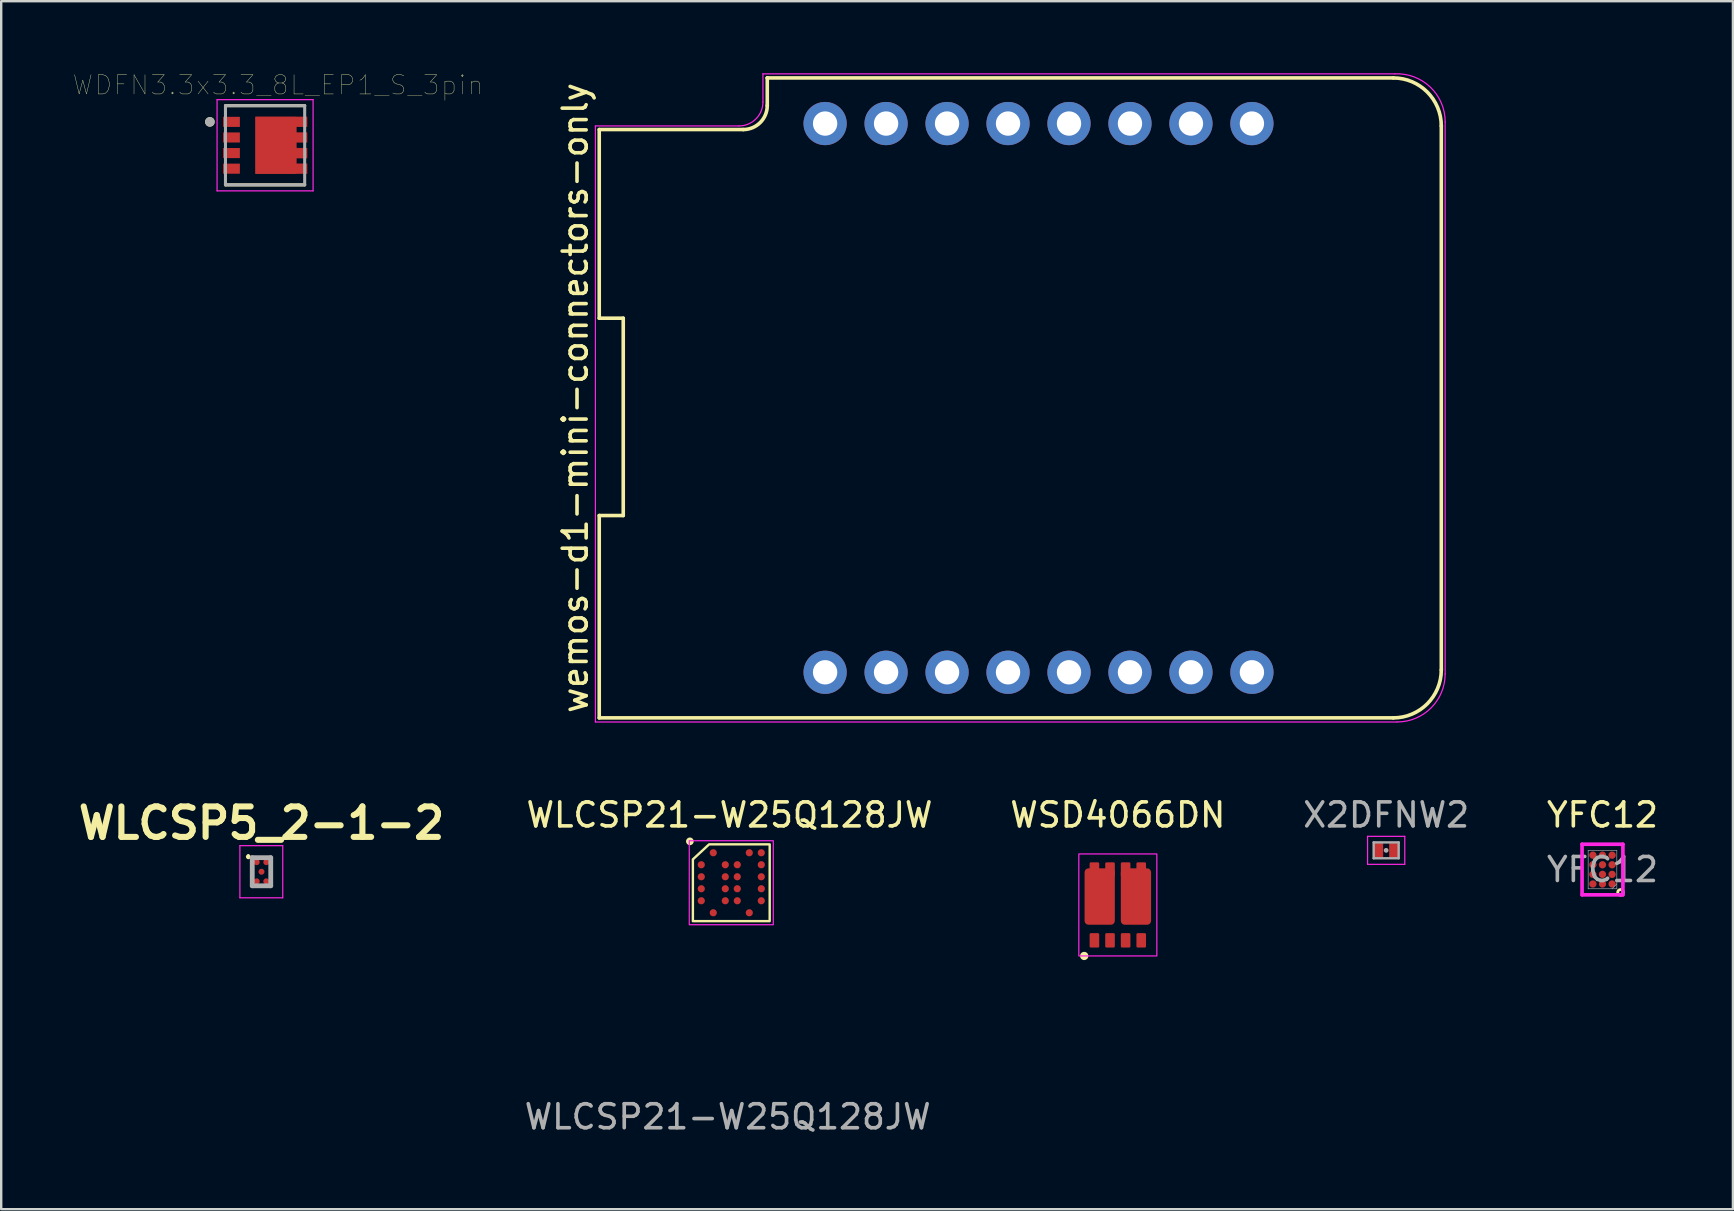
<source format=kicad_pcb>
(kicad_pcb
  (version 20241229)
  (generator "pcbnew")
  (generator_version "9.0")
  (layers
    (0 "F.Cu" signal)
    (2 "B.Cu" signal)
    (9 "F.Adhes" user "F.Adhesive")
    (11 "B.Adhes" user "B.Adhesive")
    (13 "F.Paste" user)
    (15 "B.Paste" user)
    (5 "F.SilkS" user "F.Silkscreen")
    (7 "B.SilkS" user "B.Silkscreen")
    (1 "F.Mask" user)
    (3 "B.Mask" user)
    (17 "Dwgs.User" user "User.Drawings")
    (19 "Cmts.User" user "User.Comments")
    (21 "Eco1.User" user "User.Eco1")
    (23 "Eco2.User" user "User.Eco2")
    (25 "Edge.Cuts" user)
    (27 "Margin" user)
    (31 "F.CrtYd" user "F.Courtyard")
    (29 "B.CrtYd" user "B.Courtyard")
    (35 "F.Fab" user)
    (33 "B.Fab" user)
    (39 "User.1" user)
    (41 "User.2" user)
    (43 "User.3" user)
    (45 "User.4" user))
  (footprint "X2DFNW2"
    (layer "F.Cu")
    (at 54.697 32.375)
    (property "Reference" "X2DFNW2" (at 0 -1.475 0) (layer "F.Fab") (effects (font (size 1 1) (thickness 0.15))))
    (attr through_hole)
    (fp_line (start -0.775 -0.584) (end 0.775 -0.584) (stroke (width 0.05) (type solid)) (layer "F.CrtYd"))
    (fp_line (start -0.775 0.584) (end -0.775 -0.584) (stroke (width 0.05) (type solid)) (layer "F.CrtYd"))
    (fp_line (start 0.775 -0.584) (end 0.775 0.584) (stroke (width 0.05) (type solid)) (layer "F.CrtYd"))
    (fp_line (start 0.775 0.584) (end -0.775 0.584) (stroke (width 0.05) (type solid)) (layer "F.CrtYd"))
    (fp_line (start -0.521 -0.33) (end -0.521 0.33) (stroke (width 0.1) (type solid)) (layer "F.Fab"))
    (fp_line (start -0.521 0.33) (end 0.521 0.33) (stroke (width 0.1) (type solid)) (layer "F.Fab"))
    (fp_line (start 0.521 -0.33) (end -0.521 -0.33) (stroke (width 0.1) (type solid)) (layer "F.Fab"))
    (fp_line (start 0.521 0.33) (end 0.521 -0.33) (stroke (width 0.1) (type solid)) (layer "F.Fab"))
    (fp_circle (center 0 0) (end 0 0) (stroke (width 0.1) (type solid)) (fill no) (layer "F.Fab"))
    (pad "1" smd rect (at -0.325 0) (size 0.4 0.6) (layers "F.Cu" "F.Mask" "F.Paste"))
    (pad "2" smd rect (at 0.325 0) (size 0.4 0.6) (layers "F.Cu" "F.Mask" "F.Paste")))
  (footprint "wemos-d1-mini-connectors-only"
    (layer "F.Cu")
    (at 40.214 13.527)
    (property "Reference" "wemos-d1-mini-connectors-only" (at -19.3 0 90) (layer "F.SilkS") (effects (font (size 1 1) (thickness 0.15))))
    (attr through_hole)
    (fp_line (start -18.3 -11.18) (end -18.3 -3.32) (stroke (width 0.15) (type solid)) (layer "F.SilkS"))
    (fp_line (start -18.3 -11.18) (end -12.3 -11.18) (stroke (width 0.15) (type solid)) (layer "F.SilkS"))
    (fp_line (start -18.3 -3.32) (end -17.3 -3.32) (stroke (width 0.15) (type solid)) (layer "F.SilkS"))
    (fp_line (start -18.3 4.9) (end -18.3 13.33) (stroke (width 0.15) (type solid)) (layer "F.SilkS"))
    (fp_line (start -18.3 13.33) (end 14.78 13.33) (stroke (width 0.15) (type solid)) (layer "F.SilkS"))
    (fp_line (start -17.3 -3.32) (end -17.3 4.9) (stroke (width 0.15) (type solid)) (layer "F.SilkS"))
    (fp_line (start -17.3 4.9) (end -18.3 4.9) (stroke (width 0.15) (type solid)) (layer "F.SilkS"))
    (fp_line (start -11.3 -13.33) (end -11.3 -13.33) (stroke (width 0.15) (type solid)) (layer "F.SilkS"))
    (fp_line (start -11.3 -12.17) (end -11.3 -13.33) (stroke (width 0.15) (type solid)) (layer "F.SilkS"))
    (fp_line (start 14.78 -13.33) (end -11.3 -13.33) (stroke (width 0.15) (type solid)) (layer "F.SilkS"))
    (fp_line (start 16.78 11.33) (end 16.78 -11.33) (stroke (width 0.15) (type solid)) (layer "F.SilkS"))
    (fp_arc (start -11.3 -12.18) (mid -11.592893 -11.472893) (end -12.3 -11.18) (stroke (width 0.15) (type solid)) (layer "F.SilkS"))
    (fp_arc (start 14.78 -13.33) (mid 16.194214 -12.744214) (end 16.78 -11.33) (stroke (width 0.15) (type solid)) (layer "F.SilkS"))
    (fp_arc (start 16.78 11.33) (mid 16.194214 12.744214) (end 14.78 13.33) (stroke (width 0.15) (type solid)) (layer "F.SilkS"))
    (fp_line (start -18.46 -11.33) (end -12.48 -11.33) (stroke (width 0.05) (type solid)) (layer "F.CrtYd"))
    (fp_line (start -18.46 13.5) (end -18.46 -11.33) (stroke (width 0.05) (type solid)) (layer "F.CrtYd"))
    (fp_line (start -11.48 -13.5) (end -11.48 -12.33) (stroke (width 0.05) (type solid)) (layer "F.CrtYd"))
    (fp_line (start -11.48 -13.5) (end 14.85 -13.5) (stroke (width 0.05) (type solid)) (layer "F.CrtYd"))
    (fp_line (start 14.94 13.5) (end -18.46 13.5) (stroke (width 0.05) (type solid)) (layer "F.CrtYd"))
    (fp_line (start 16.94 -11.5) (end 16.94 11.5) (stroke (width 0.05) (type solid)) (layer "F.CrtYd"))
    (fp_arc (start -11.48 -12.33) (mid -11.772893 -11.622893) (end -12.48 -11.33) (stroke (width 0.05) (type solid)) (layer "F.CrtYd"))
    (fp_arc (start 14.85 -13.5) (mid 16.323459 -12.947115) (end 16.942024 -11.5) (stroke (width 0.05) (type solid)) (layer "F.CrtYd"))
    (fp_arc (start 16.94 11.5) (mid 16.354214 12.914214) (end 14.94 13.5) (stroke (width 0.05) (type solid)) (layer "F.CrtYd"))
    (pad "1" thru_hole circle (at 8.89 -11.43) (size 1.8 1.8) (drill 1.016) (layers "*.Cu" "*.Mask"))
    (pad "2" thru_hole circle (at 6.35 -11.43) (size 1.8 1.8) (drill 1.016) (layers "*.Cu" "*.Mask"))
    (pad "3" thru_hole circle (at 3.81 -11.43) (size 1.8 1.8) (drill 1.016) (layers "*.Cu" "*.Mask"))
    (pad "4" thru_hole circle (at 1.27 -11.43) (size 1.8 1.8) (drill 1.016) (layers "*.Cu" "*.Mask"))
    (pad "5" thru_hole circle (at -1.27 -11.43) (size 1.8 1.8) (drill 1.016) (layers "*.Cu" "*.Mask"))
    (pad "6" thru_hole circle (at -3.81 -11.43) (size 1.8 1.8) (drill 1.016) (layers "*.Cu" "*.Mask"))
    (pad "7" thru_hole circle (at -6.35 -11.43) (size 1.8 1.8) (drill 1.016) (layers "*.Cu" "*.Mask"))
    (pad "8" thru_hole circle (at -8.89 -11.43) (size 1.8 1.8) (drill 1.016) (layers "*.Cu" "*.Mask"))
    (pad "9" thru_hole circle (at -8.89 11.43) (size 1.8 1.8) (drill 1.016) (layers "*.Cu" "*.Mask"))
    (pad "10" thru_hole circle (at -6.35 11.43) (size 1.8 1.8) (drill 1.016) (layers "*.Cu" "*.Mask"))
    (pad "11" thru_hole circle (at -3.81 11.43) (size 1.8 1.8) (drill 1.016) (layers "*.Cu" "*.Mask"))
    (pad "12" thru_hole circle (at -1.27 11.43) (size 1.8 1.8) (drill 1.016) (layers "*.Cu" "*.Mask"))
    (pad "13" thru_hole circle (at 1.27 11.43) (size 1.8 1.8) (drill 1.016) (layers "*.Cu" "*.Mask"))
    (pad "14" thru_hole circle (at 3.81 11.43) (size 1.8 1.8) (drill 1.016) (layers "*.Cu" "*.Mask"))
    (pad "15" thru_hole circle (at 6.35 11.43) (size 1.8 1.8) (drill 1.016) (layers "*.Cu" "*.Mask"))
    (pad "16" thru_hole circle (at 8.89 11.43) (size 1.8 1.8) (drill 1.016) (layers "*.Cu" "*.Mask")))
  (footprint "WSD4066DN"
    (layer "F.Cu")
    (at 43.518 34.65)
    (property "Reference" "WSD4066DN" (at 0 -3.75 0) (unlocked yes) (layer "F.SilkS") (effects (font (size 1 1) (thickness 0.15))))
    (attr smd)
    (fp_circle (center -1.4 2.125) (end -1.288 2.125) (stroke (width 0.12) (type solid)) (fill yes) (layer "F.SilkS"))
    (fp_rect (start -1.625 -2.125) (end 1.625 2.125) (stroke (width 0.05) (type solid)) (fill no) (layer "F.CrtYd"))
    (pad "1" smd roundrect (at -0.975 1.475 180) (size 0.4 0.6) (layers "F.Cu" "F.Mask" "F.Paste") (roundrect_rratio 0.131))
    (pad "2" smd roundrect (at -0.325 1.475 180) (size 0.4 0.6) (layers "F.Cu" "F.Mask" "F.Paste") (roundrect_rratio 0.131))
    (pad "3" smd roundrect (at 0.325 1.475 180) (size 0.4 0.6) (layers "F.Cu" "F.Mask" "F.Paste") (roundrect_rratio 0.131))
    (pad "4" smd roundrect (at 0.975 1.475 180) (size 0.4 0.6) (layers "F.Cu" "F.Mask" "F.Paste") (roundrect_rratio 0.131))
    (pad "5" smd roundrect (at 0.325 -1.475 180) (size 0.4 0.6) (layers "F.Cu" "F.Mask" "F.Paste") (roundrect_rratio 0.131))
    (pad "5" smd roundrect (at 0.755 -0.35 180) (size 1.26 2.35) (layers "F.Cu" "F.Mask" "F.Paste") (roundrect_rratio 0.131))
    (pad "5" smd roundrect (at 0.975 -1.475 180) (size 0.4 0.6) (layers "F.Cu" "F.Mask" "F.Paste") (roundrect_rratio 0.131))
    (pad "6" smd roundrect (at -0.975 -1.475 180) (size 0.4 0.6) (layers "F.Cu" "F.Mask" "F.Paste") (roundrect_rratio 0.131))
    (pad "6" smd roundrect (at -0.755 -0.35 180) (size 1.26 2.35) (layers "F.Cu" "F.Mask" "F.Paste") (roundrect_rratio 0.131))
    (pad "6" smd roundrect (at -0.325 -1.475 180) (size 0.4 0.6) (layers "F.Cu" "F.Mask" "F.Paste") (roundrect_rratio 0.131)))
  (footprint "WLCSP5_2-1-2"
    (layer "F.Cu")
    (at 7.844 33.266)
    (property "Reference" "WLCSP5_2-1-2" (at 0 -2.025 0) (layer "F.SilkS") (effects (font (size 1.27 1.27) (thickness 0.254))))
    (attr smd)
    (fp_line (start -0.55 -0.675) (end -0.55 -0.675) (stroke (width 0.1) (type solid)) (layer "F.SilkS"))
    (fp_line (start -0.55 -0.575) (end -0.55 -0.575) (stroke (width 0.1) (type solid)) (layer "F.SilkS"))
    (fp_arc (start -0.55 -0.675) (mid -0.5 -0.625) (end -0.55 -0.575) (stroke (width 0.1) (type solid)) (layer "F.SilkS"))
    (fp_arc (start -0.55 -0.575) (mid -0.6 -0.625) (end -0.55 -0.675) (stroke (width 0.1) (type solid)) (layer "F.SilkS"))
    (fp_line (start -0.9 -1.085) (end 0.885 -1.085) (stroke (width 0.05) (type solid)) (layer "F.CrtYd"))
    (fp_line (start -0.9 1.085) (end -0.9 -1.085) (stroke (width 0.05) (type solid)) (layer "F.CrtYd"))
    (fp_line (start 0.885 -1.085) (end 0.885 1.085) (stroke (width 0.05) (type solid)) (layer "F.CrtYd"))
    (fp_line (start 0.885 1.085) (end -0.9 1.085) (stroke (width 0.05) (type solid)) (layer "F.CrtYd"))
    (fp_line (start -0.385 -0.585) (end 0.385 -0.585) (stroke (width 0.2) (type solid)) (layer "F.Fab"))
    (fp_line (start -0.385 0.585) (end -0.385 -0.585) (stroke (width 0.2) (type solid)) (layer "F.Fab"))
    (fp_line (start 0.385 -0.585) (end 0.385 0.585) (stroke (width 0.2) (type solid)) (layer "F.Fab"))
    (fp_line (start 0.385 0.585) (end -0.385 0.585) (stroke (width 0.2) (type solid)) (layer "F.Fab"))
    (pad "A1" smd circle (at -0.2 -0.4 90) (size 0.25 0.25) (layers "F.Cu" "F.Mask" "F.Paste"))
    (pad "A2" smd circle (at 0.2 -0.4 90) (size 0.25 0.25) (layers "F.Cu" "F.Mask" "F.Paste"))
    (pad "B1" smd circle (at 0 0 90) (size 0.25 0.25) (layers "F.Cu" "F.Mask" "F.Paste"))
    (pad "C1" smd circle (at -0.2 0.4 90) (size 0.25 0.25) (layers "F.Cu" "F.Mask" "F.Paste"))
    (pad "C2" smd circle (at 0.2 0.4 90) (size 0.25 0.25) (layers "F.Cu" "F.Mask" "F.Paste")))
  (footprint "YFC12"
    (layer "F.Cu")
    (at 63.709 33.175)
    (property "Reference" "YFC12" (at 0 -2.275 0) (unlocked yes) (layer "F.SilkS") (effects (font (size 1 1) (thickness 0.15))))
    (attr smd)
    (fp_circle (center 0.75 0.95) (end 0.775 1) (stroke (width 0.12) (type default)) (fill no) (layer "F.SilkS"))
    (fp_line (start -0.851 -1.054) (end 0.851 -1.054) (stroke (width 0.152) (type solid)) (layer "F.CrtYd"))
    (fp_line (start -0.851 1.054) (end -0.851 -1.054) (stroke (width 0.152) (type solid)) (layer "F.CrtYd"))
    (fp_line (start 0.851 -1.054) (end 0.851 1.054) (stroke (width 0.152) (type solid)) (layer "F.CrtYd"))
    (fp_line (start 0.851 1.054) (end -0.851 1.054) (stroke (width 0.152) (type solid)) (layer "F.CrtYd"))
    (fp_line (start -0.597 -0.8) (end -0.597 0.8) (stroke (width 0.025) (type solid)) (layer "F.Fab"))
    (fp_line (start -0.597 0.8) (end 0.597 0.8) (stroke (width 0.025) (type solid)) (layer "F.Fab"))
    (fp_line (start 0.397 0.8) (end 0.597 0.6) (stroke (width 0.025) (type solid)) (layer "F.Fab"))
    (fp_line (start 0.597 -0.8) (end -0.597 -0.8) (stroke (width 0.025) (type solid)) (layer "F.Fab"))
    (fp_line (start 0.597 0.8) (end 0.597 -0.8) (stroke (width 0.025) (type solid)) (layer "F.Fab"))
    (fp_text user "${REFERENCE}" (at 0 0 0) (unlocked yes) (layer "F.Fab") (effects (font (size 1 1) (thickness 0.15))))
    (pad "A1" smd circle (at 0.4 0.6) (size 0.305 0.305) (layers "F.Cu"))
    (pad "A2" smd circle (at 0 0.6) (size 0.305 0.305) (layers "F.Cu"))
    (pad "A3" smd circle (at -0.4 0.6) (size 0.305 0.305) (layers "F.Cu"))
    (pad "B1" smd circle (at 0.4 0.2) (size 0.305 0.305) (layers "F.Cu"))
    (pad "B2" smd circle (at 0 0.2) (size 0.305 0.305) (layers "F.Cu"))
    (pad "B3" smd circle (at -0.4 0.2) (size 0.305 0.305) (layers "F.Cu"))
    (pad "C1" smd circle (at 0.4 -0.2) (size 0.305 0.305) (layers "F.Cu"))
    (pad "C2" smd circle (at 0 -0.2) (size 0.305 0.305) (layers "F.Cu"))
    (pad "C3" smd circle (at -0.4 -0.2) (size 0.305 0.305) (layers "F.Cu"))
    (pad "D1" smd circle (at 0.4 -0.6) (size 0.305 0.305) (layers "F.Cu"))
    (pad "D2" smd circle (at 0 -0.6) (size 0.305 0.305) (layers "F.Cu"))
    (pad "D3" smd circle (at -0.4 -0.6) (size 0.305 0.305) (layers "F.Cu")))
  (footprint "WLCSP21-W25Q128JW"
    (layer "F.Cu")
    (at 27.415 33.725)
    (property "Reference" "WLCSP21-W25Q128JW" (at -0.075 -2.825 0) (unlocked yes) (layer "F.SilkS") (effects (font (size 1 1) (thickness 0.15))))
    (attr smd)
    (fp_circle (center -1.725 -1.725) (end -1.625 -1.725) (stroke (width 0.12) (type solid)) (fill yes) (layer "F.SilkS"))
    (fp_poly (pts (xy -1.6 -0.975) (xy -0.925 -1.6) (xy 1.6 -1.6) (xy 1.6 1.6) (xy -1.6 1.6)) (stroke (width 0.1) (type solid)) (fill no) (layer "F.SilkS"))
    (fp_rect (start -1.75 -1.75) (end 1.75 1.75) (stroke (width 0.05) (type default)) (fill no) (layer "F.CrtYd"))
    (fp_text user "${REFERENCE}" (at -0.15 9.75 0) (unlocked yes) (layer "F.Fab") (effects (font (size 1 1) (thickness 0.15))))
    (pad "A2" smd circle (at -0.75 -1.25) (size 0.3 0.3) (layers "F.Cu" "F.Mask" "F.Paste"))
    (pad "A5" smd circle (at 0.75 -1.25) (size 0.3 0.3) (layers "F.Cu" "F.Mask" "F.Paste"))
    (pad "A6" smd circle (at 1.25 -1.25) (size 0.3 0.3) (layers "F.Cu" "F.Mask" "F.Paste"))
    (pad "B1" smd circle (at -1.25 -0.75) (size 0.3 0.3) (layers "F.Cu" "F.Mask" "F.Paste"))
    (pad "B3" smd circle (at -0.25 -0.75) (size 0.3 0.3) (layers "F.Cu" "F.Mask" "F.Paste"))
    (pad "B4" smd circle (at 0.25 -0.75) (size 0.3 0.3) (layers "F.Cu" "F.Mask" "F.Paste"))
    (pad "B6" smd circle (at 1.25 -0.75) (size 0.3 0.3) (layers "F.Cu" "F.Mask" "F.Paste"))
    (pad "C1" smd circle (at -1.25 -0.25) (size 0.3 0.3) (layers "F.Cu" "F.Mask" "F.Paste"))
    (pad "C3" smd circle (at -0.25 -0.25) (size 0.3 0.3) (layers "F.Cu" "F.Mask" "F.Paste"))
    (pad "C4" smd circle (at 0.25 -0.25) (size 0.3 0.3) (layers "F.Cu" "F.Mask" "F.Paste"))
    (pad "C6" smd circle (at 1.25 -0.25) (size 0.3 0.3) (layers "F.Cu" "F.Mask" "F.Paste"))
    (pad "D1" smd circle (at -1.25 0.25) (size 0.3 0.3) (layers "F.Cu" "F.Mask" "F.Paste"))
    (pad "D3" smd circle (at -0.25 0.25) (size 0.3 0.3) (layers "F.Cu" "F.Mask" "F.Paste"))
    (pad "D4" smd circle (at 0.25 0.25) (size 0.3 0.3) (layers "F.Cu" "F.Mask" "F.Paste"))
    (pad "D6" smd circle (at 1.25 0.25) (size 0.3 0.3) (layers "F.Cu" "F.Mask" "F.Paste"))
    (pad "E1" smd circle (at -1.25 0.75) (size 0.3 0.3) (layers "F.Cu" "F.Mask" "F.Paste"))
    (pad "E3" smd circle (at -0.25 0.75) (size 0.3 0.3) (layers "F.Cu" "F.Mask" "F.Paste"))
    (pad "E4" smd circle (at 0.25 0.75) (size 0.3 0.3) (layers "F.Cu" "F.Mask" "F.Paste"))
    (pad "E6" smd circle (at 1.25 0.75) (size 0.3 0.3) (layers "F.Cu" "F.Mask" "F.Paste"))
    (pad "F2" smd circle (at -0.75 1.25) (size 0.3 0.3) (layers "F.Cu" "F.Mask" "F.Paste"))
    (pad "F5" smd circle (at 0.75 1.25) (size 0.3 0.3) (layers "F.Cu" "F.Mask" "F.Paste")))
  (footprint "WDFN3.3x3.3_8L_EP1_S_3pin"
    (layer "F.Cu")
    (at 7.993 3.002)
    (property "Reference" "WDFN3.3x3.3_8L_EP1_S_3pin" (at 0.54 -2.508 0) (layer "F.SilkS") (effects (font (size 0.8 0.8) (thickness 0.015))))
    (attr smd)
    (fp_poly (pts (xy -0.4 -1.185) (xy 1.75 -1.185) (xy 1.75 -0.765) (xy 1.3 -0.765) (xy 1.3 -0.535) (xy 1.75 -0.535) (xy 1.75 -0.115) (xy 1.3 -0.115) (xy 1.3 0.115) (xy 1.75 0.115) (xy 1.75 0.535) (xy 1.3 0.535) (xy 1.3 0.765) (xy 1.75 0.765) (xy 1.75 1.185) (xy -0.4 1.185)) (stroke (width 0.01) (type solid)) (fill yes) (layer "F.Cu"))
    (fp_poly (pts (xy -0.5 -1.285) (xy 1.85 -1.285) (xy 1.85 -0.665) (xy 1.4 -0.665) (xy 1.4 -0.635) (xy 1.85 -0.635) (xy 1.85 -0.015) (xy 1.4 -0.015) (xy 1.4 0.015) (xy 1.85 0.015) (xy 1.85 0.635) (xy 1.4 0.635) (xy 1.4 0.665) (xy 1.85 0.665) (xy 1.85 1.285) (xy -0.5 1.285)) (stroke (width 0.01) (type solid)) (fill yes) (layer "F.Mask"))
    (fp_line (start -1.65 -1.65) (end 1.65 -1.65) (stroke (width 0.127) (type solid)) (layer "F.SilkS"))
    (fp_line (start 1.65 1.65) (end -1.65 1.65) (stroke (width 0.127) (type solid)) (layer "F.SilkS"))
    (fp_circle (center -2.3 -0.975) (end -2.2 -0.975) (stroke (width 0.2) (type solid)) (fill no) (layer "F.SilkS"))
    (fp_poly (pts (xy -0.085 0.745) (xy -0.085 -0.745) (xy 0.985 -0.745) (xy 0.985 0.745)) (stroke (width 0.01) (type solid)) (fill yes) (layer "F.Paste"))
    (fp_poly (pts (xy 1.75 -1.185) (xy 1.75 -0.765) (xy 1.31 -0.765) (xy 1.31 -1.185)) (stroke (width 0.01) (type solid)) (fill yes) (layer "F.Paste"))
    (fp_poly (pts (xy 1.75 -0.535) (xy 1.75 -0.115) (xy 1.31 -0.115) (xy 1.31 -0.535)) (stroke (width 0.01) (type solid)) (fill yes) (layer "F.Paste"))
    (fp_poly (pts (xy 1.75 0.115) (xy 1.75 0.535) (xy 1.31 0.535) (xy 1.31 0.115)) (stroke (width 0.01) (type solid)) (fill yes) (layer "F.Paste"))
    (fp_poly (pts (xy 1.75 0.765) (xy 1.75 1.185) (xy 1.31 1.185) (xy 1.31 0.765)) (stroke (width 0.01) (type solid)) (fill yes) (layer "F.Paste"))
    (fp_line (start -2 -1.9) (end 2 -1.9) (stroke (width 0.05) (type solid)) (layer "F.CrtYd"))
    (fp_line (start -2 1.9) (end -2 -1.9) (stroke (width 0.05) (type solid)) (layer "F.CrtYd"))
    (fp_line (start 2 -1.9) (end 2 1.9) (stroke (width 0.05) (type solid)) (layer "F.CrtYd"))
    (fp_line (start 2 1.9) (end -2 1.9) (stroke (width 0.05) (type solid)) (layer "F.CrtYd"))
    (fp_line (start -1.65 -1.65) (end 1.65 -1.65) (stroke (width 0.127) (type solid)) (layer "F.Fab"))
    (fp_line (start -1.65 1.65) (end -1.65 -1.65) (stroke (width 0.127) (type solid)) (layer "F.Fab"))
    (fp_line (start 1.65 -1.65) (end 1.65 1.65) (stroke (width 0.127) (type solid)) (layer "F.Fab"))
    (fp_line (start 1.65 1.65) (end -1.65 1.65) (stroke (width 0.127) (type solid)) (layer "F.Fab"))
    (fp_circle (center -2.3 -0.975) (end -2.2 -0.975) (stroke (width 0.2) (type solid)) (fill no) (layer "F.Fab"))
    (pad "1" smd rect (at -1.4 -0.975) (size 0.7 0.42) (layers "F.Cu" "F.Mask" "F.Paste"))
    (pad "2" smd rect (at -1.4 -0.325) (size 0.7 0.42) (layers "F.Cu" "F.Mask" "F.Paste"))
    (pad "2" smd rect (at -1.4 0.325) (size 0.7 0.42) (layers "F.Cu" "F.Mask" "F.Paste"))
    (pad "2" smd rect (at -1.4 0.975) (size 0.7 0.42) (layers "F.Cu" "F.Mask" "F.Paste"))
    (pad "3" smd rect (at 0.45 0) (size 1.7 2.37) (layers "F.Cu")))
  (gr_rect
    (start -3 -3)
    (end 69.143 47.324)
    (stroke (width 0.1) (type default))
    (fill no)
    (layer "Edge.Cuts")))
</source>
